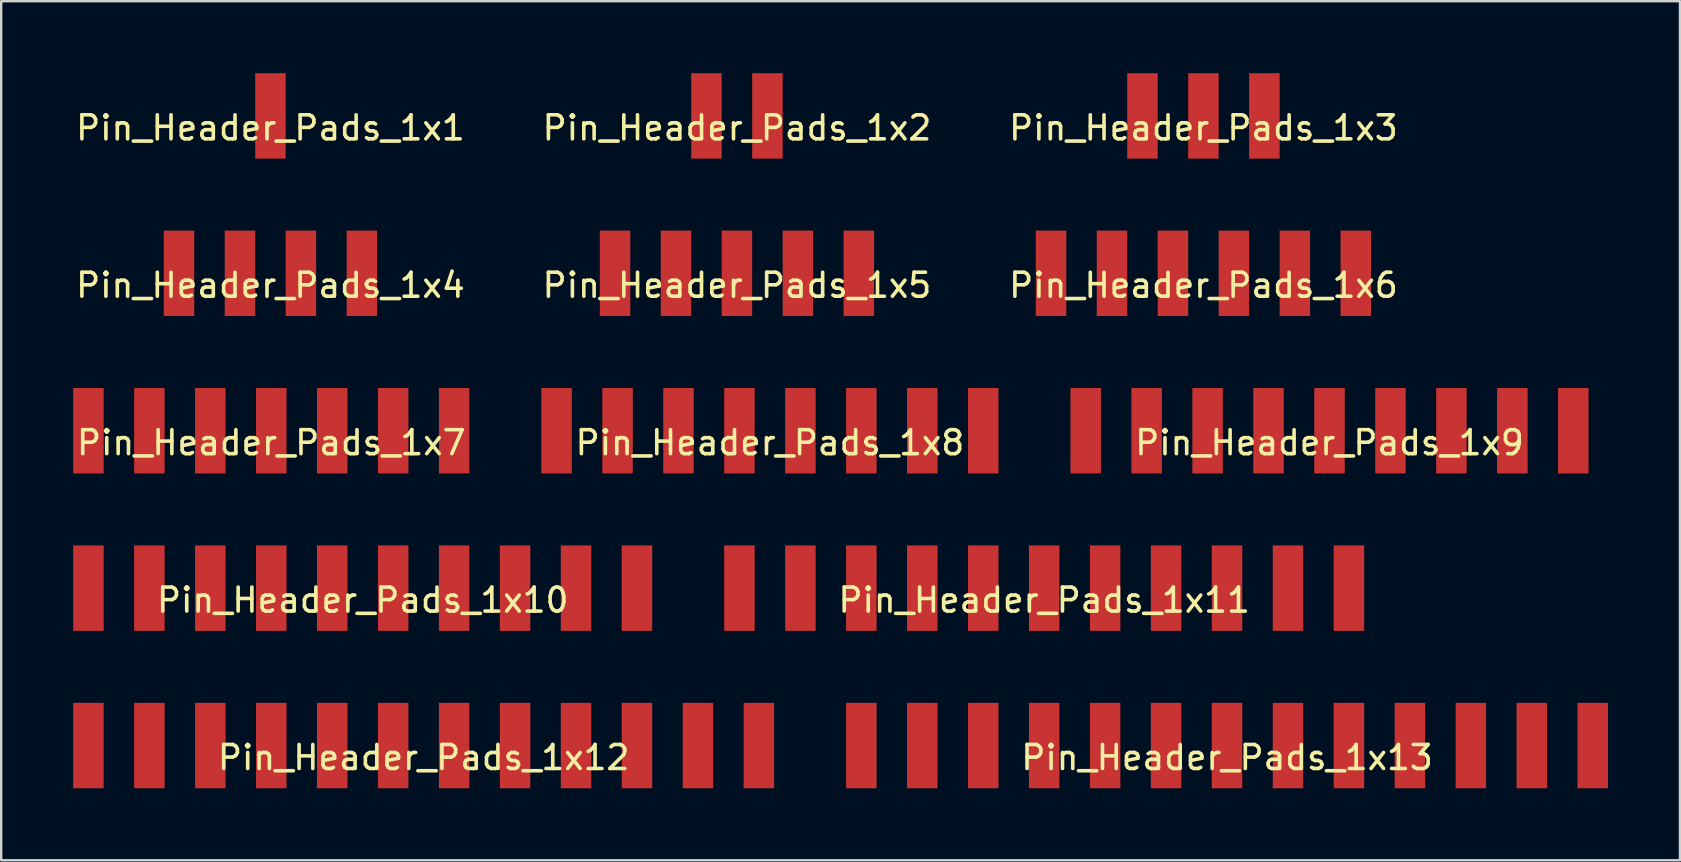
<source format=kicad_pcb>
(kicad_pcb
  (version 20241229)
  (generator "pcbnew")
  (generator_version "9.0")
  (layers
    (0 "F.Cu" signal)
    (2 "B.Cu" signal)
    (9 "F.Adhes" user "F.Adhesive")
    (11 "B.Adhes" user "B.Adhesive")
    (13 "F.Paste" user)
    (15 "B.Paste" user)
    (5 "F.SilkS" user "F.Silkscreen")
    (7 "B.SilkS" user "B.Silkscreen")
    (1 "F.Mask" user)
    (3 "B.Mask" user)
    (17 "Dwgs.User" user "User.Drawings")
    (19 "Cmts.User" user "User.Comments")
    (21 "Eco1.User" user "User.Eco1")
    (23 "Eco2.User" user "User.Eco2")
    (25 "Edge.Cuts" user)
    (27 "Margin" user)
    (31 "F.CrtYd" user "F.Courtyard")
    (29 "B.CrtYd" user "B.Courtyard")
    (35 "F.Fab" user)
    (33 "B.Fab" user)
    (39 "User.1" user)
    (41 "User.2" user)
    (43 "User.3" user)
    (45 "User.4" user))
  (footprint "Pin_Header_Pads_1x2"
    (layer "F.Cu")
    (at 27.661 1.78)
    (property "Reference" "Pin_Header_Pads_1x2" (at 0 0.5 0) (layer "F.SilkS") (effects (font (size 1 1) (thickness 0.15))))
    (attr through_hole)
    (pad "1" smd rect (at -1.27 0) (size 1.27 3.56) (layers "F.Cu" "F.Mask" "F.Paste"))
    (pad "2" smd rect (at 1.27 0) (size 1.27 3.56) (layers "F.Cu" "F.Mask" "F.Paste")))
  (footprint "Pin_Header_Pads_1x10"
    (layer "F.Cu")
    (at 12.065 21.46)
    (property "Reference" "Pin_Header_Pads_1x10" (at 0 0.5 0) (layer "F.SilkS") (effects (font (size 1 1) (thickness 0.15))))
    (attr through_hole)
    (pad "1" smd rect (at -11.43 0) (size 1.27 3.56) (layers "F.Cu" "F.Mask" "F.Paste"))
    (pad "2" smd rect (at -8.89 0) (size 1.27 3.56) (layers "F.Cu" "F.Mask" "F.Paste"))
    (pad "3" smd rect (at -6.35 0) (size 1.27 3.56) (layers "F.Cu" "F.Mask" "F.Paste"))
    (pad "4" smd rect (at -3.81 0) (size 1.27 3.56) (layers "F.Cu" "F.Mask" "F.Paste"))
    (pad "5" smd rect (at -1.27 0) (size 1.27 3.56) (layers "F.Cu" "F.Mask" "F.Paste"))
    (pad "6" smd rect (at 1.27 0) (size 1.27 3.56) (layers "F.Cu" "F.Mask" "F.Paste"))
    (pad "7" smd rect (at 3.81 0) (size 1.27 3.56) (layers "F.Cu" "F.Mask" "F.Paste"))
    (pad "8" smd rect (at 6.35 0) (size 1.27 3.56) (layers "F.Cu" "F.Mask" "F.Paste"))
    (pad "9" smd rect (at 8.89 0) (size 1.27 3.56) (layers "F.Cu" "F.Mask" "F.Paste"))
    (pad "10" smd rect (at 11.43 0) (size 1.27 3.56) (layers "F.Cu" "F.Mask" "F.Paste")))
  (footprint "Pin_Header_Pads_1x4"
    (layer "F.Cu")
    (at 8.22 8.34)
    (property "Reference" "Pin_Header_Pads_1x4" (at 0 0.5 0) (layer "F.SilkS") (effects (font (size 1 1) (thickness 0.15))))
    (attr through_hole)
    (pad "1" smd rect (at -3.81 0) (size 1.27 3.56) (layers "F.Cu" "F.Mask" "F.Paste"))
    (pad "2" smd rect (at -1.27 0) (size 1.27 3.56) (layers "F.Cu" "F.Mask" "F.Paste"))
    (pad "3" smd rect (at 1.27 0) (size 1.27 3.56) (layers "F.Cu" "F.Mask" "F.Paste"))
    (pad "4" smd rect (at 3.81 0) (size 1.27 3.56) (layers "F.Cu" "F.Mask" "F.Paste")))
  (footprint "Pin_Header_Pads_1x8"
    (layer "F.Cu")
    (at 29.035 14.9)
    (property "Reference" "Pin_Header_Pads_1x8" (at 0 0.5 0) (layer "F.SilkS") (effects (font (size 1 1) (thickness 0.15))))
    (attr through_hole)
    (pad "1" smd rect (at -8.89 0) (size 1.27 3.56) (layers "F.Cu" "F.Mask" "F.Paste"))
    (pad "2" smd rect (at -6.35 0) (size 1.27 3.56) (layers "F.Cu" "F.Mask" "F.Paste"))
    (pad "3" smd rect (at -3.81 0) (size 1.27 3.56) (layers "F.Cu" "F.Mask" "F.Paste"))
    (pad "4" smd rect (at -1.27 0) (size 1.27 3.56) (layers "F.Cu" "F.Mask" "F.Paste"))
    (pad "5" smd rect (at 1.27 0) (size 1.27 3.56) (layers "F.Cu" "F.Mask" "F.Paste"))
    (pad "6" smd rect (at 3.81 0) (size 1.27 3.56) (layers "F.Cu" "F.Mask" "F.Paste"))
    (pad "7" smd rect (at 6.35 0) (size 1.27 3.56) (layers "F.Cu" "F.Mask" "F.Paste"))
    (pad "8" smd rect (at 8.89 0) (size 1.27 3.56) (layers "F.Cu" "F.Mask" "F.Paste")))
  (footprint "Pin_Header_Pads_1x9"
    (layer "F.Cu")
    (at 52.355 14.9)
    (property "Reference" "Pin_Header_Pads_1x9" (at 0 0.5 0) (layer "F.SilkS") (effects (font (size 1 1) (thickness 0.15))))
    (attr through_hole)
    (pad "1" smd rect (at -10.16 0) (size 1.27 3.56) (layers "F.Cu" "F.Mask" "F.Paste"))
    (pad "2" smd rect (at -7.62 0) (size 1.27 3.56) (layers "F.Cu" "F.Mask" "F.Paste"))
    (pad "3" smd rect (at -5.08 0) (size 1.27 3.56) (layers "F.Cu" "F.Mask" "F.Paste"))
    (pad "4" smd rect (at -2.54 0) (size 1.27 3.56) (layers "F.Cu" "F.Mask" "F.Paste"))
    (pad "5" smd rect (at 0 0) (size 1.27 3.56) (layers "F.Cu" "F.Mask" "F.Paste"))
    (pad "6" smd rect (at 2.54 0) (size 1.27 3.56) (layers "F.Cu" "F.Mask" "F.Paste"))
    (pad "7" smd rect (at 5.08 0) (size 1.27 3.56) (layers "F.Cu" "F.Mask" "F.Paste"))
    (pad "8" smd rect (at 7.62 0) (size 1.27 3.56) (layers "F.Cu" "F.Mask" "F.Paste"))
    (pad "9" smd rect (at 10.16 0) (size 1.27 3.56) (layers "F.Cu" "F.Mask" "F.Paste")))
  (footprint "Pin_Header_Pads_1x5"
    (layer "F.Cu")
    (at 27.661 8.34)
    (property "Reference" "Pin_Header_Pads_1x5" (at 0 0.5 0) (layer "F.SilkS") (effects (font (size 1 1) (thickness 0.15))))
    (attr through_hole)
    (pad "1" smd rect (at -5.08 0) (size 1.27 3.56) (layers "F.Cu" "F.Mask" "F.Paste"))
    (pad "2" smd rect (at -2.54 0) (size 1.27 3.56) (layers "F.Cu" "F.Mask" "F.Paste"))
    (pad "3" smd rect (at 0 0) (size 1.27 3.56) (layers "F.Cu" "F.Mask" "F.Paste"))
    (pad "4" smd rect (at 2.54 0) (size 1.27 3.56) (layers "F.Cu" "F.Mask" "F.Paste"))
    (pad "5" smd rect (at 5.08 0) (size 1.27 3.56) (layers "F.Cu" "F.Mask" "F.Paste")))
  (footprint "Pin_Header_Pads_1x6"
    (layer "F.Cu")
    (at 47.101 8.34)
    (property "Reference" "Pin_Header_Pads_1x6" (at 0 0.5 0) (layer "F.SilkS") (effects (font (size 1 1) (thickness 0.15))))
    (attr through_hole)
    (pad "1" smd rect (at -6.35 0) (size 1.27 3.56) (layers "F.Cu" "F.Mask" "F.Paste"))
    (pad "2" smd rect (at -3.81 0) (size 1.27 3.56) (layers "F.Cu" "F.Mask" "F.Paste"))
    (pad "3" smd rect (at -1.27 0) (size 1.27 3.56) (layers "F.Cu" "F.Mask" "F.Paste"))
    (pad "4" smd rect (at 1.27 0) (size 1.27 3.56) (layers "F.Cu" "F.Mask" "F.Paste"))
    (pad "5" smd rect (at 3.81 0) (size 1.27 3.56) (layers "F.Cu" "F.Mask" "F.Paste"))
    (pad "6" smd rect (at 6.35 0) (size 1.27 3.56) (layers "F.Cu" "F.Mask" "F.Paste")))
  (footprint "Pin_Header_Pads_1x13"
    (layer "F.Cu")
    (at 48.085 28.02)
    (property "Reference" "Pin_Header_Pads_1x13" (at 0 0.5 0) (layer "F.SilkS") (effects (font (size 1 1) (thickness 0.15))))
    (attr through_hole)
    (pad "1" smd rect (at -15.24 0) (size 1.27 3.56) (layers "F.Cu" "F.Mask" "F.Paste"))
    (pad "2" smd rect (at -12.7 0) (size 1.27 3.56) (layers "F.Cu" "F.Mask" "F.Paste"))
    (pad "3" smd rect (at -10.16 0) (size 1.27 3.56) (layers "F.Cu" "F.Mask" "F.Paste"))
    (pad "4" smd rect (at -7.62 0) (size 1.27 3.56) (layers "F.Cu" "F.Mask" "F.Paste"))
    (pad "5" smd rect (at -5.08 0) (size 1.27 3.56) (layers "F.Cu" "F.Mask" "F.Paste"))
    (pad "6" smd rect (at -2.54 0) (size 1.27 3.56) (layers "F.Cu" "F.Mask" "F.Paste"))
    (pad "7" smd rect (at 0 0) (size 1.27 3.56) (layers "F.Cu" "F.Mask" "F.Paste"))
    (pad "8" smd rect (at 2.54 0) (size 1.27 3.56) (layers "F.Cu" "F.Mask" "F.Paste"))
    (pad "9" smd rect (at 5.08 0) (size 1.27 3.56) (layers "F.Cu" "F.Mask" "F.Paste"))
    (pad "10" smd rect (at 7.62 0) (size 1.27 3.56) (layers "F.Cu" "F.Mask" "F.Paste"))
    (pad "11" smd rect (at 10.16 0) (size 1.27 3.56) (layers "F.Cu" "F.Mask" "F.Paste"))
    (pad "12" smd rect (at 12.7 0) (size 1.27 3.56) (layers "F.Cu" "F.Mask" "F.Paste"))
    (pad "13" smd rect (at 15.24 0) (size 1.27 3.56) (layers "F.Cu" "F.Mask" "F.Paste")))
  (footprint "Pin_Header_Pads_1x7"
    (layer "F.Cu")
    (at 8.255 14.9)
    (property "Reference" "Pin_Header_Pads_1x7" (at 0 0.5 0) (layer "F.SilkS") (effects (font (size 1 1) (thickness 0.15))))
    (attr through_hole)
    (pad "1" smd rect (at -7.62 0) (size 1.27 3.56) (layers "F.Cu" "F.Mask" "F.Paste"))
    (pad "2" smd rect (at -5.08 0) (size 1.27 3.56) (layers "F.Cu" "F.Mask" "F.Paste"))
    (pad "3" smd rect (at -2.54 0) (size 1.27 3.56) (layers "F.Cu" "F.Mask" "F.Paste"))
    (pad "4" smd rect (at 0 0) (size 1.27 3.56) (layers "F.Cu" "F.Mask" "F.Paste"))
    (pad "5" smd rect (at 2.54 0) (size 1.27 3.56) (layers "F.Cu" "F.Mask" "F.Paste"))
    (pad "6" smd rect (at 5.08 0) (size 1.27 3.56) (layers "F.Cu" "F.Mask" "F.Paste"))
    (pad "7" smd rect (at 7.62 0) (size 1.27 3.56) (layers "F.Cu" "F.Mask" "F.Paste")))
  (footprint "Pin_Header_Pads_1x1"
    (layer "F.Cu")
    (at 8.22 1.78)
    (property "Reference" "Pin_Header_Pads_1x1" (at 0 0.5 0) (layer "F.SilkS") (effects (font (size 1 1) (thickness 0.15))))
    (attr through_hole)
    (pad "1" smd rect (at 0 0) (size 1.27 3.56) (layers "F.Cu" "F.Mask" "F.Paste")))
  (footprint "Pin_Header_Pads_1x11"
    (layer "F.Cu")
    (at 40.465 21.46)
    (property "Reference" "Pin_Header_Pads_1x11" (at 0 0.5 0) (layer "F.SilkS") (effects (font (size 1 1) (thickness 0.15))))
    (attr through_hole)
    (pad "1" smd rect (at -12.7 0) (size 1.27 3.56) (layers "F.Cu" "F.Mask" "F.Paste"))
    (pad "2" smd rect (at -10.16 0) (size 1.27 3.56) (layers "F.Cu" "F.Mask" "F.Paste"))
    (pad "3" smd rect (at -7.62 0) (size 1.27 3.56) (layers "F.Cu" "F.Mask" "F.Paste"))
    (pad "4" smd rect (at -5.08 0) (size 1.27 3.56) (layers "F.Cu" "F.Mask" "F.Paste"))
    (pad "5" smd rect (at -2.54 0) (size 1.27 3.56) (layers "F.Cu" "F.Mask" "F.Paste"))
    (pad "6" smd rect (at 0 0) (size 1.27 3.56) (layers "F.Cu" "F.Mask" "F.Paste"))
    (pad "7" smd rect (at 2.54 0) (size 1.27 3.56) (layers "F.Cu" "F.Mask" "F.Paste"))
    (pad "8" smd rect (at 5.08 0) (size 1.27 3.56) (layers "F.Cu" "F.Mask" "F.Paste"))
    (pad "9" smd rect (at 7.62 0) (size 1.27 3.56) (layers "F.Cu" "F.Mask" "F.Paste"))
    (pad "10" smd rect (at 10.16 0) (size 1.27 3.56) (layers "F.Cu" "F.Mask" "F.Paste"))
    (pad "11" smd rect (at 12.7 0) (size 1.27 3.56) (layers "F.Cu" "F.Mask" "F.Paste")))
  (footprint "Pin_Header_Pads_1x3"
    (layer "F.Cu")
    (at 47.101 1.78)
    (property "Reference" "Pin_Header_Pads_1x3" (at 0 0.5 0) (layer "F.SilkS") (effects (font (size 1 1) (thickness 0.15))))
    (attr through_hole)
    (pad "1" smd rect (at -2.54 0) (size 1.27 3.56) (layers "F.Cu" "F.Mask" "F.Paste"))
    (pad "2" smd rect (at 0 0) (size 1.27 3.56) (layers "F.Cu" "F.Mask" "F.Paste"))
    (pad "3" smd rect (at 2.54 0) (size 1.27 3.56) (layers "F.Cu" "F.Mask" "F.Paste")))
  (footprint "Pin_Header_Pads_1x12"
    (layer "F.Cu")
    (at 14.605 28.02)
    (property "Reference" "Pin_Header_Pads_1x12" (at 0 0.5 0) (layer "F.SilkS") (effects (font (size 1 1) (thickness 0.15))))
    (attr through_hole)
    (pad "1" smd rect (at -13.97 0) (size 1.27 3.56) (layers "F.Cu" "F.Mask" "F.Paste"))
    (pad "2" smd rect (at -11.43 0) (size 1.27 3.56) (layers "F.Cu" "F.Mask" "F.Paste"))
    (pad "3" smd rect (at -8.89 0) (size 1.27 3.56) (layers "F.Cu" "F.Mask" "F.Paste"))
    (pad "4" smd rect (at -6.35 0) (size 1.27 3.56) (layers "F.Cu" "F.Mask" "F.Paste"))
    (pad "5" smd rect (at -3.81 0) (size 1.27 3.56) (layers "F.Cu" "F.Mask" "F.Paste"))
    (pad "6" smd rect (at -1.27 0) (size 1.27 3.56) (layers "F.Cu" "F.Mask" "F.Paste"))
    (pad "7" smd rect (at 1.27 0) (size 1.27 3.56) (layers "F.Cu" "F.Mask" "F.Paste"))
    (pad "8" smd rect (at 3.81 0) (size 1.27 3.56) (layers "F.Cu" "F.Mask" "F.Paste"))
    (pad "9" smd rect (at 6.35 0) (size 1.27 3.56) (layers "F.Cu" "F.Mask" "F.Paste"))
    (pad "10" smd rect (at 8.89 0) (size 1.27 3.56) (layers "F.Cu" "F.Mask" "F.Paste"))
    (pad "11" smd rect (at 11.43 0) (size 1.27 3.56) (layers "F.Cu" "F.Mask" "F.Paste"))
    (pad "12" smd rect (at 13.97 0) (size 1.27 3.56) (layers "F.Cu" "F.Mask" "F.Paste")))
  (gr_rect
    (start -3 -3)
    (end 66.96 32.8)
    (stroke (width 0.1) (type default))
    (fill no)
    (layer "Edge.Cuts")))
</source>
